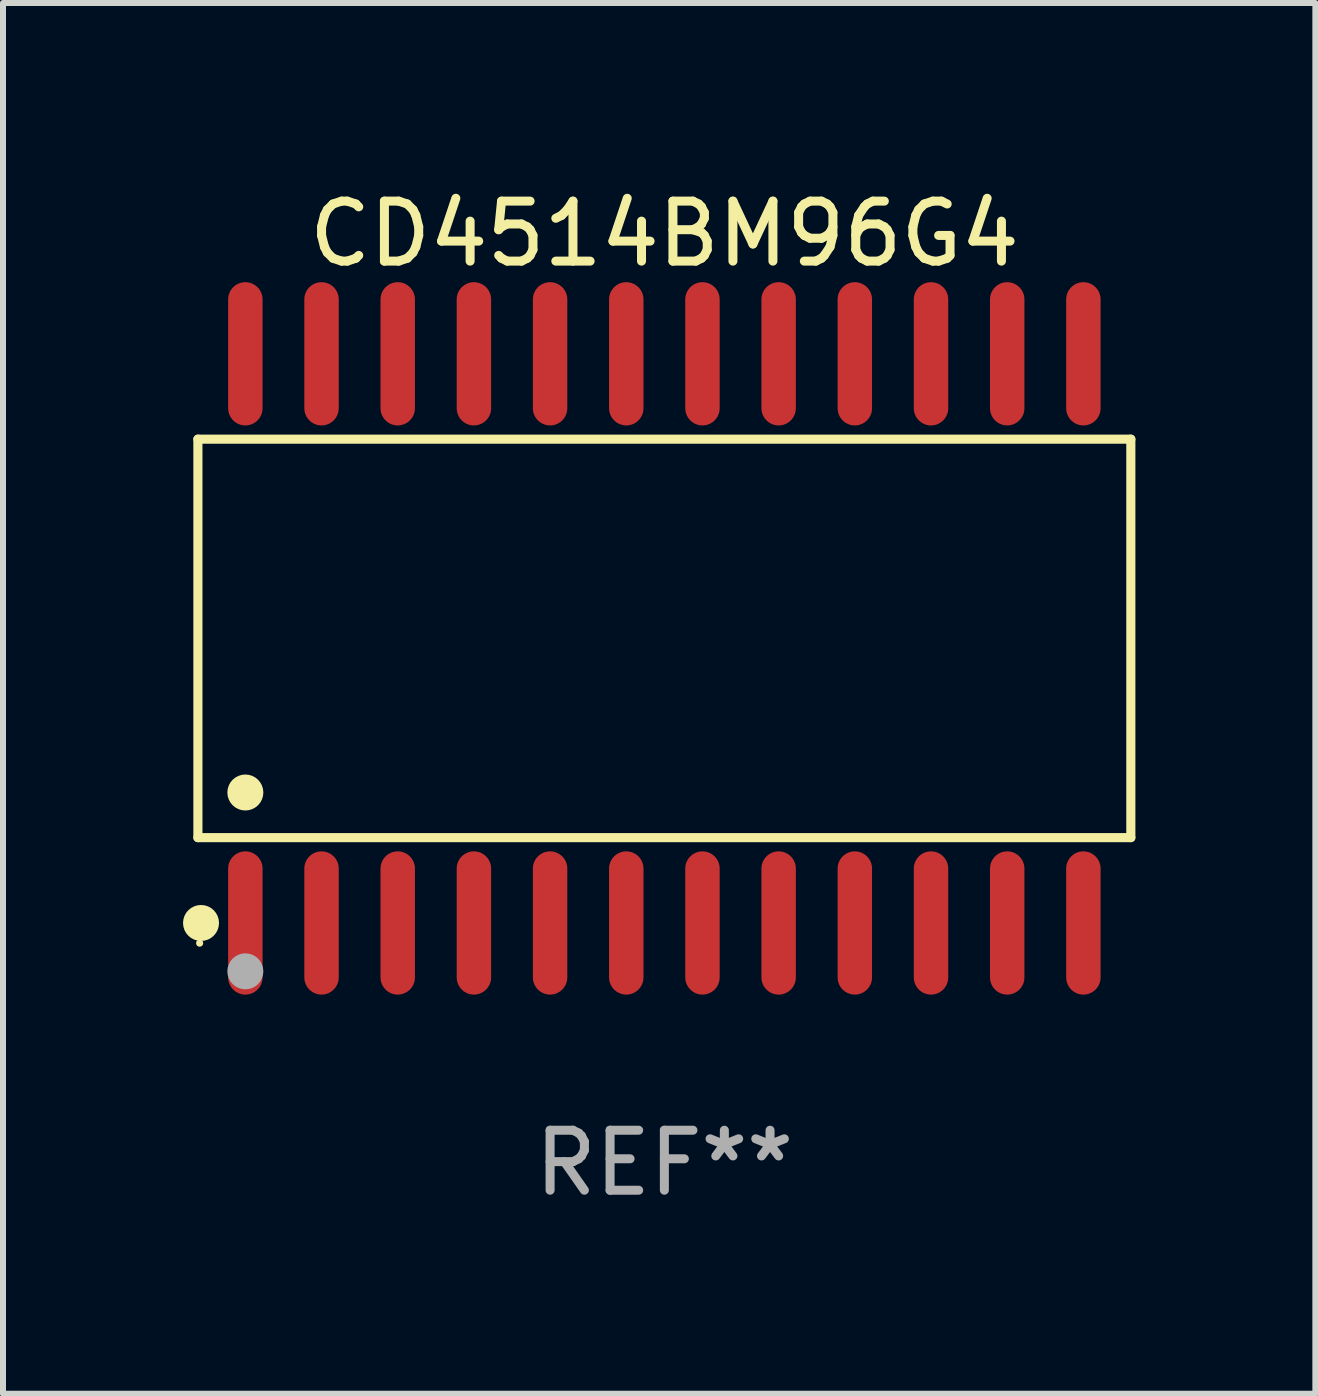
<source format=kicad_pcb>
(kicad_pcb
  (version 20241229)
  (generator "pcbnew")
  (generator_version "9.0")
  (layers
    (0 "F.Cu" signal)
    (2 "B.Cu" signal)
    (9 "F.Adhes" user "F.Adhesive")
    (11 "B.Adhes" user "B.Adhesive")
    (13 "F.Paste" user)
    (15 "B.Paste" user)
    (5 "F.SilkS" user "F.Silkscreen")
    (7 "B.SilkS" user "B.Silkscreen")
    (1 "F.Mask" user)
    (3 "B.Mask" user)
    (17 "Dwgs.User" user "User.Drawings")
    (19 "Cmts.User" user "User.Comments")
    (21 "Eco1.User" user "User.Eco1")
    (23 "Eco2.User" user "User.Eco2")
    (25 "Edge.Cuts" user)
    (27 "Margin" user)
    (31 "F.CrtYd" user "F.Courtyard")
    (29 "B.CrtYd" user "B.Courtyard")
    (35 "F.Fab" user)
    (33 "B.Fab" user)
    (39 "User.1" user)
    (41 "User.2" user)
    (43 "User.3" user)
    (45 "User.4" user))
  (footprint "CD4514BM96G4"
    (layer "F.Cu")
    (at 8.025 7.592)
    (property "Reference" "CD4514BM96G4" (at 0 -6.744 0) (layer "F.SilkS") (effects (font (size 1 1) (thickness 0.15))))
    (attr through_hole)
    (fp_line (start -7.776 -3.321) (end 7.776 -3.321) (stroke (width 0.152) (type solid)) (layer "F.SilkS"))
    (fp_line (start -7.776 3.321) (end -7.776 -3.321) (stroke (width 0.152) (type solid)) (layer "F.SilkS"))
    (fp_line (start 7.776 -3.321) (end 7.776 3.321) (stroke (width 0.152) (type solid)) (layer "F.SilkS"))
    (fp_line (start 7.776 3.321) (end -7.776 3.321) (stroke (width 0.152) (type solid)) (layer "F.SilkS"))
    (fp_circle (center -7.747 5.08) (end -7.717 5.08) (stroke (width 0.06) (type solid)) (fill no) (layer "F.SilkS"))
    (fp_circle (center -7.724 4.744) (end -7.574 4.744) (stroke (width 0.3) (type solid)) (fill no) (layer "F.SilkS"))
    (fp_circle (center -6.985 2.569) (end -6.835 2.569) (stroke (width 0.3) (type solid)) (fill no) (layer "F.SilkS"))
    (fp_circle (center -6.985 5.55) (end -6.835 5.55) (stroke (width 0.3) (type solid)) (fill no) (layer "F.Fab"))
    (fp_text user "REF**" (at 0 8.744 0) (layer "F.Fab") (effects (font (size 1 1) (thickness 0.15))))
    (pad "1" smd oval (at -6.985 4.744) (size 0.574 2.388) (layers "F.Cu" "F.Mask" "F.Paste"))
    (pad "2" smd oval (at -5.715 4.744) (size 0.574 2.388) (layers "F.Cu" "F.Mask" "F.Paste"))
    (pad "3" smd oval (at -4.445 4.744) (size 0.574 2.388) (layers "F.Cu" "F.Mask" "F.Paste"))
    (pad "4" smd oval (at -3.175 4.744) (size 0.574 2.388) (layers "F.Cu" "F.Mask" "F.Paste"))
    (pad "5" smd oval (at -1.905 4.744) (size 0.574 2.388) (layers "F.Cu" "F.Mask" "F.Paste"))
    (pad "6" smd oval (at -0.635 4.744) (size 0.574 2.388) (layers "F.Cu" "F.Mask" "F.Paste"))
    (pad "7" smd oval (at 0.635 4.744) (size 0.574 2.388) (layers "F.Cu" "F.Mask" "F.Paste"))
    (pad "8" smd oval (at 1.905 4.744) (size 0.574 2.388) (layers "F.Cu" "F.Mask" "F.Paste"))
    (pad "9" smd oval (at 3.175 4.744) (size 0.574 2.388) (layers "F.Cu" "F.Mask" "F.Paste"))
    (pad "10" smd oval (at 4.445 4.744) (size 0.574 2.388) (layers "F.Cu" "F.Mask" "F.Paste"))
    (pad "11" smd oval (at 5.715 4.744) (size 0.574 2.388) (layers "F.Cu" "F.Mask" "F.Paste"))
    (pad "12" smd oval (at 6.985 4.744) (size 0.574 2.388) (layers "F.Cu" "F.Mask" "F.Paste"))
    (pad "13" smd oval (at 6.985 -4.744) (size 0.574 2.388) (layers "F.Cu" "F.Mask" "F.Paste"))
    (pad "14" smd oval (at 5.715 -4.744) (size 0.574 2.388) (layers "F.Cu" "F.Mask" "F.Paste"))
    (pad "15" smd oval (at 4.445 -4.744) (size 0.574 2.388) (layers "F.Cu" "F.Mask" "F.Paste"))
    (pad "16" smd oval (at 3.175 -4.744) (size 0.574 2.388) (layers "F.Cu" "F.Mask" "F.Paste"))
    (pad "17" smd oval (at 1.905 -4.744) (size 0.574 2.388) (layers "F.Cu" "F.Mask" "F.Paste"))
    (pad "18" smd oval (at 0.635 -4.744) (size 0.574 2.388) (layers "F.Cu" "F.Mask" "F.Paste"))
    (pad "19" smd oval (at -0.635 -4.744) (size 0.574 2.388) (layers "F.Cu" "F.Mask" "F.Paste"))
    (pad "20" smd oval (at -1.905 -4.744) (size 0.574 2.388) (layers "F.Cu" "F.Mask" "F.Paste"))
    (pad "21" smd oval (at -3.175 -4.744) (size 0.574 2.388) (layers "F.Cu" "F.Mask" "F.Paste"))
    (pad "22" smd oval (at -4.445 -4.744) (size 0.574 2.388) (layers "F.Cu" "F.Mask" "F.Paste"))
    (pad "23" smd oval (at -5.715 -4.744) (size 0.574 2.388) (layers "F.Cu" "F.Mask" "F.Paste"))
    (pad "24" smd oval (at -6.985 -4.744) (size 0.574 2.388) (layers "F.Cu" "F.Mask" "F.Paste")))
  (gr_rect
    (start -3 -3)
    (end 18.877 20.184)
    (stroke (width 0.1) (type default))
    (fill no)
    (layer "Edge.Cuts")))
</source>
